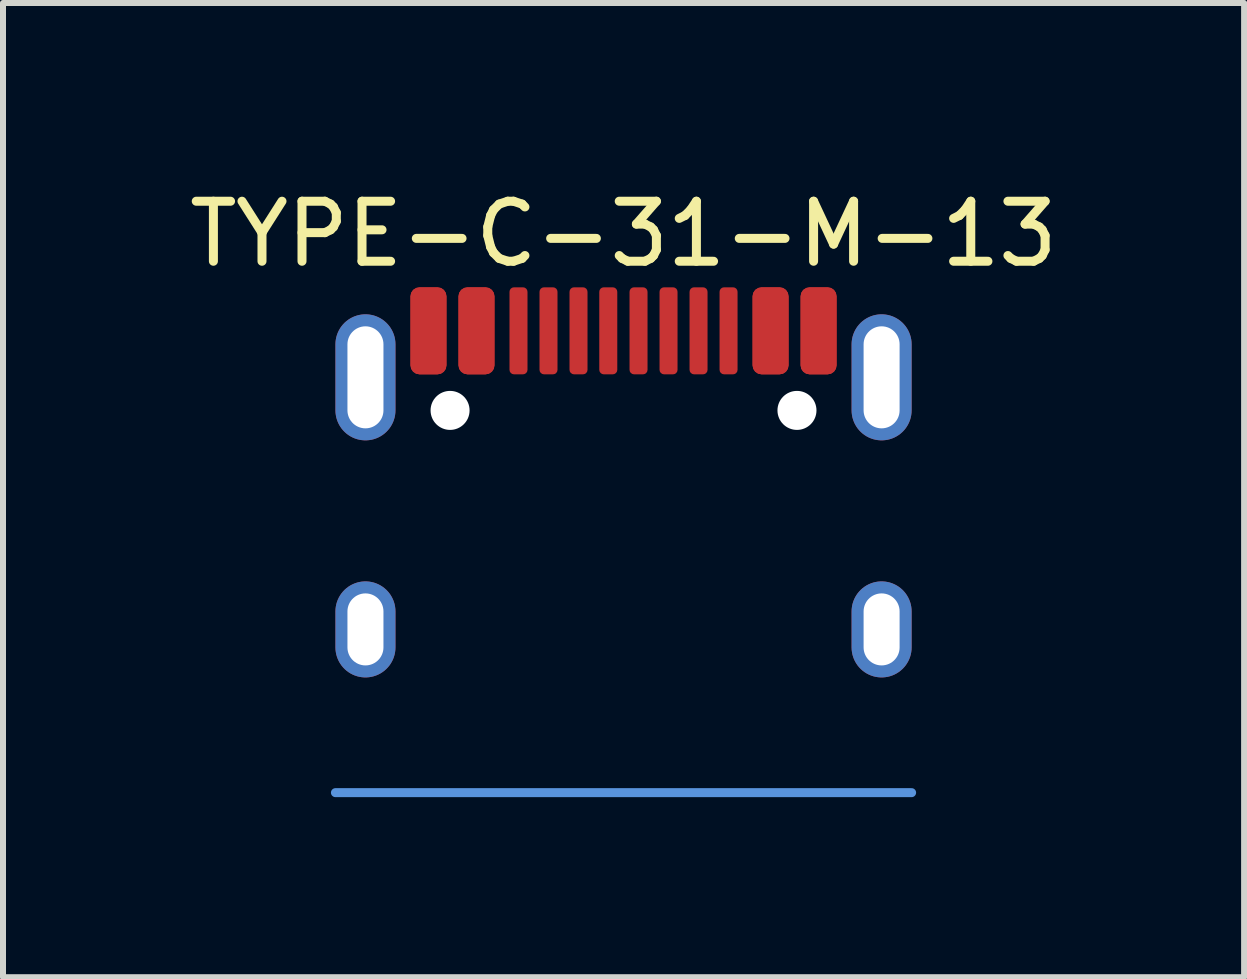
<source format=kicad_pcb>
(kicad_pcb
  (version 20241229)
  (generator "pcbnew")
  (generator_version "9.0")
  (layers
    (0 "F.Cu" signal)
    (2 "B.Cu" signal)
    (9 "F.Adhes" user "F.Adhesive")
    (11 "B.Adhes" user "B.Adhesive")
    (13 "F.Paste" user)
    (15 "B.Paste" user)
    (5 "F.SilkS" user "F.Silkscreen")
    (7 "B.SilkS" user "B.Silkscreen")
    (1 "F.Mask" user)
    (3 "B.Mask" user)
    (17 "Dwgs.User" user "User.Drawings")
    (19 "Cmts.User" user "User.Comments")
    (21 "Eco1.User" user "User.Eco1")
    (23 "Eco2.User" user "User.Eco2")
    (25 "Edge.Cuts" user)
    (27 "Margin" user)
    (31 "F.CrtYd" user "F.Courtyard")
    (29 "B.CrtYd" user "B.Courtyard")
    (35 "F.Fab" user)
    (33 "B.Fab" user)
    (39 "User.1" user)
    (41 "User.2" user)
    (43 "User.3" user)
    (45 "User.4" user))
  (footprint "TYPE-C-31-M-13"
    (layer "F.Cu")
    (at 7.339 1.737)
    (property "Reference" "TYPE-C-31-M-13" (at 0 -0.889 0) (layer "F.SilkS") (effects (font (size 1 1) (thickness 0.15))))
    (attr through_hole)
    (fp_line (start 4.8 8.42) (end -4.8 8.42) (stroke (width 0.15) (type solid)) (layer "Cmts.User"))
    (pad "" np_thru_hole circle (at -2.89 2.051) (size 0.65 0.65) (drill 0.65) (layers "*.Cu" "*.Mask"))
    (pad "" np_thru_hole circle (at 2.89 2.051) (size 0.65 0.65) (drill 0.65) (layers "*.Cu" "*.Mask"))
    (pad "A1" smd roundrect (at -3.25 1.275) (size 0.6 1.45) (drill (offset 0 -0.55)) (layers "F.Cu" "F.Mask" "F.Paste") (roundrect_rratio 0.25))
    (pad "A4" smd roundrect (at -2.45 1.275) (size 0.6 1.45) (drill (offset 0 -0.55)) (layers "F.Cu" "F.Mask" "F.Paste") (roundrect_rratio 0.25))
    (pad "A5" smd roundrect (at -1.25 1.275) (size 0.3 1.45) (drill (offset 0 -0.55)) (layers "F.Cu" "F.Mask" "F.Paste") (roundrect_rratio 0.25))
    (pad "A6" smd roundrect (at -0.254 1.275) (size 0.3 1.45) (drill (offset 0 -0.55)) (layers "F.Cu" "F.Mask" "F.Paste") (roundrect_rratio 0.25))
    (pad "A7" smd roundrect (at 0.25 1.275) (size 0.3 1.45) (drill (offset 0 -0.55)) (layers "F.Cu" "F.Mask" "F.Paste") (roundrect_rratio 0.25))
    (pad "A8" smd roundrect (at 1.25 1.275) (size 0.3 1.45) (drill (offset 0 -0.55)) (layers "F.Cu" "F.Mask" "F.Paste") (roundrect_rratio 0.25))
    (pad "A9" smd roundrect (at 2.45 1.275) (size 0.6 1.45) (drill (offset 0 -0.55)) (layers "F.Cu" "F.Mask" "F.Paste") (roundrect_rratio 0.25))
    (pad "A12" smd roundrect (at 3.25 1.275) (size 0.6 1.45) (drill (offset 0 -0.55)) (layers "F.Cu" "F.Mask" "F.Paste") (roundrect_rratio 0.25))
    (pad "B1" smd roundrect (at 3.25 1.275) (size 0.6 1.45) (drill (offset 0 -0.55)) (layers "F.Cu" "F.Mask" "F.Paste") (roundrect_rratio 0.25))
    (pad "B4" smd roundrect (at 2.45 1.275) (size 0.6 1.45) (drill (offset 0 -0.55)) (layers "F.Cu" "F.Mask" "F.Paste") (roundrect_rratio 0.25))
    (pad "B5" smd roundrect (at 1.75 1.275) (size 0.3 1.45) (drill (offset 0 -0.55)) (layers "F.Cu" "F.Mask" "F.Paste") (roundrect_rratio 0.25))
    (pad "B6" smd roundrect (at 0.75 1.275) (size 0.3 1.45) (drill (offset 0 -0.55)) (layers "F.Cu" "F.Mask" "F.Paste") (roundrect_rratio 0.25))
    (pad "B7" smd roundrect (at -0.75 1.275) (size 0.3 1.45) (drill (offset 0 -0.55)) (layers "F.Cu" "F.Mask" "F.Paste") (roundrect_rratio 0.25))
    (pad "B8" smd roundrect (at -1.75 1.275) (size 0.3 1.45) (drill (offset 0 -0.55)) (layers "F.Cu" "F.Mask" "F.Paste") (roundrect_rratio 0.25))
    (pad "B9" smd roundrect (at -2.45 1.275) (size 0.6 1.45) (drill (offset 0 -0.55)) (layers "F.Cu" "F.Mask" "F.Paste") (roundrect_rratio 0.25))
    (pad "B12" smd roundrect (at -3.25 1.275) (size 0.6 1.45) (drill (offset 0 -0.55)) (layers "F.Cu" "F.Mask" "F.Paste") (roundrect_rratio 0.25))
    (pad "S1" thru_hole oval (at -4.3 1.5) (size 1 2.1) (drill oval 0.6 1.7) (layers "*.Cu" "*.Mask"))
    (pad "S1" thru_hole oval (at -4.3 5.7) (size 1 1.6) (drill oval 0.6 1.2) (layers "*.Cu" "*.Mask"))
    (pad "S1" thru_hole oval (at 4.3 1.5) (size 1 2.1) (drill oval 0.6 1.7) (layers "*.Cu" "*.Mask"))
    (pad "S1" thru_hole oval (at 4.3 5.7) (size 1 1.6) (drill oval 0.6 1.2) (layers "*.Cu" "*.Mask")))
  (gr_rect
    (start -3 -3)
    (end 17.679 13.232)
    (stroke (width 0.1) (type default))
    (fill no)
    (layer "Edge.Cuts")))
</source>
